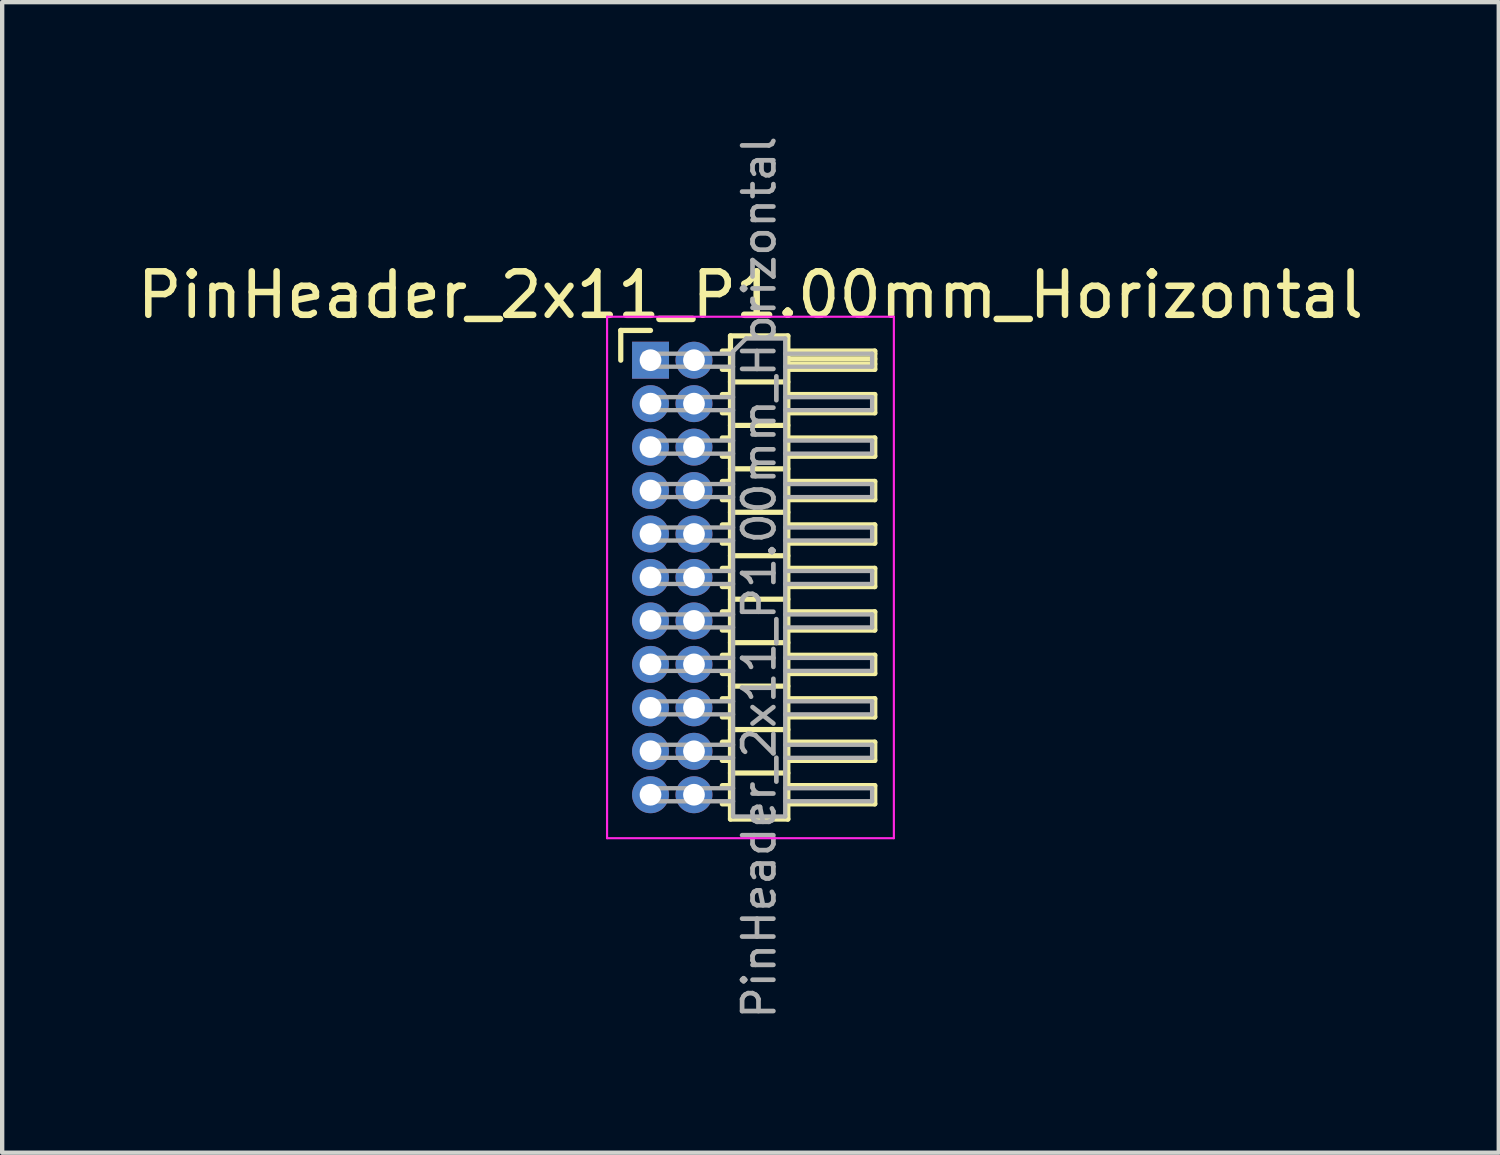
<source format=kicad_pcb>
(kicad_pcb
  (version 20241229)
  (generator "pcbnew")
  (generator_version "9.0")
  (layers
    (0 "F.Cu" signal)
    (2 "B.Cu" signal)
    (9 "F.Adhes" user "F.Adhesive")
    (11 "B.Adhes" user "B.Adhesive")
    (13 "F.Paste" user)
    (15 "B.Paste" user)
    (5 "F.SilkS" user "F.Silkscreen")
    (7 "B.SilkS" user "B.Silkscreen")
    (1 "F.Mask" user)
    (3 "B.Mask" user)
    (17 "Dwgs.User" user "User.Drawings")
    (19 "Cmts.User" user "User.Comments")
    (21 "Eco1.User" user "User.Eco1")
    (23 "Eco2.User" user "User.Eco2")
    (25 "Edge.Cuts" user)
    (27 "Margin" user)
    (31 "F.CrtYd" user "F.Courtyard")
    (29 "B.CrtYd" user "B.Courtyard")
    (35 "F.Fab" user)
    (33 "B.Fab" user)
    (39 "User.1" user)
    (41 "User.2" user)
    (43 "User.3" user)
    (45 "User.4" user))
  (footprint "PinHeader_2x11_P1.00mm_Horizontal"
    (layer "F.Cu")
    (at 11.92 5.239)
    (property "Reference" "PinHeader_2x11_P1.00mm_Horizontal" (at 2.3 -1.5 0) (layer "F.SilkS") (effects (font (size 1 1) (thickness 0.15))))
    (attr through_hole)
    (fp_line (start -0.685 -0.685) (end 0 -0.685) (stroke (width 0.12) (type solid)) (layer "F.SilkS"))
    (fp_line (start -0.685 0) (end -0.685 -0.685) (stroke (width 0.12) (type solid)) (layer "F.SilkS"))
    (fp_line (start 1.652 -0.21) (end 1.84 -0.21) (stroke (width 0.12) (type solid)) (layer "F.SilkS"))
    (fp_line (start 1.652 0.21) (end 1.84 0.21) (stroke (width 0.12) (type solid)) (layer "F.SilkS"))
    (fp_line (start 1.652 0.79) (end 1.84 0.79) (stroke (width 0.12) (type solid)) (layer "F.SilkS"))
    (fp_line (start 1.652 1.21) (end 1.84 1.21) (stroke (width 0.12) (type solid)) (layer "F.SilkS"))
    (fp_line (start 1.652 1.79) (end 1.84 1.79) (stroke (width 0.12) (type solid)) (layer "F.SilkS"))
    (fp_line (start 1.652 2.21) (end 1.84 2.21) (stroke (width 0.12) (type solid)) (layer "F.SilkS"))
    (fp_line (start 1.652 2.79) (end 1.84 2.79) (stroke (width 0.12) (type solid)) (layer "F.SilkS"))
    (fp_line (start 1.652 3.21) (end 1.84 3.21) (stroke (width 0.12) (type solid)) (layer "F.SilkS"))
    (fp_line (start 1.652 3.79) (end 1.84 3.79) (stroke (width 0.12) (type solid)) (layer "F.SilkS"))
    (fp_line (start 1.652 4.21) (end 1.84 4.21) (stroke (width 0.12) (type solid)) (layer "F.SilkS"))
    (fp_line (start 1.652 4.79) (end 1.84 4.79) (stroke (width 0.12) (type solid)) (layer "F.SilkS"))
    (fp_line (start 1.652 5.21) (end 1.84 5.21) (stroke (width 0.12) (type solid)) (layer "F.SilkS"))
    (fp_line (start 1.652 5.79) (end 1.84 5.79) (stroke (width 0.12) (type solid)) (layer "F.SilkS"))
    (fp_line (start 1.652 6.21) (end 1.84 6.21) (stroke (width 0.12) (type solid)) (layer "F.SilkS"))
    (fp_line (start 1.652 6.79) (end 1.84 6.79) (stroke (width 0.12) (type solid)) (layer "F.SilkS"))
    (fp_line (start 1.652 7.21) (end 1.84 7.21) (stroke (width 0.12) (type solid)) (layer "F.SilkS"))
    (fp_line (start 1.652 7.79) (end 1.84 7.79) (stroke (width 0.12) (type solid)) (layer "F.SilkS"))
    (fp_line (start 1.652 8.21) (end 1.84 8.21) (stroke (width 0.12) (type solid)) (layer "F.SilkS"))
    (fp_line (start 1.652 8.79) (end 1.84 8.79) (stroke (width 0.12) (type solid)) (layer "F.SilkS"))
    (fp_line (start 1.652 9.21) (end 1.84 9.21) (stroke (width 0.12) (type solid)) (layer "F.SilkS"))
    (fp_line (start 1.652 9.79) (end 1.84 9.79) (stroke (width 0.12) (type solid)) (layer "F.SilkS"))
    (fp_line (start 1.652 10.21) (end 1.84 10.21) (stroke (width 0.12) (type solid)) (layer "F.SilkS"))
    (fp_line (start 1.84 -0.56) (end 1.84 10.56) (stroke (width 0.12) (type solid)) (layer "F.SilkS"))
    (fp_line (start 1.84 0.5) (end 3.16 0.5) (stroke (width 0.12) (type solid)) (layer "F.SilkS"))
    (fp_line (start 1.84 1.5) (end 3.16 1.5) (stroke (width 0.12) (type solid)) (layer "F.SilkS"))
    (fp_line (start 1.84 2.5) (end 3.16 2.5) (stroke (width 0.12) (type solid)) (layer "F.SilkS"))
    (fp_line (start 1.84 3.5) (end 3.16 3.5) (stroke (width 0.12) (type solid)) (layer "F.SilkS"))
    (fp_line (start 1.84 4.5) (end 3.16 4.5) (stroke (width 0.12) (type solid)) (layer "F.SilkS"))
    (fp_line (start 1.84 5.5) (end 3.16 5.5) (stroke (width 0.12) (type solid)) (layer "F.SilkS"))
    (fp_line (start 1.84 6.5) (end 3.16 6.5) (stroke (width 0.12) (type solid)) (layer "F.SilkS"))
    (fp_line (start 1.84 7.5) (end 3.16 7.5) (stroke (width 0.12) (type solid)) (layer "F.SilkS"))
    (fp_line (start 1.84 8.5) (end 3.16 8.5) (stroke (width 0.12) (type solid)) (layer "F.SilkS"))
    (fp_line (start 1.84 9.5) (end 3.16 9.5) (stroke (width 0.12) (type solid)) (layer "F.SilkS"))
    (fp_line (start 1.84 10.56) (end 3.16 10.56) (stroke (width 0.12) (type solid)) (layer "F.SilkS"))
    (fp_line (start 3.16 -0.56) (end 1.84 -0.56) (stroke (width 0.12) (type solid)) (layer "F.SilkS"))
    (fp_line (start 3.16 -0.21) (end 5.16 -0.21) (stroke (width 0.12) (type solid)) (layer "F.SilkS"))
    (fp_line (start 3.16 -0.15) (end 5.16 -0.15) (stroke (width 0.12) (type solid)) (layer "F.SilkS"))
    (fp_line (start 3.16 -0.03) (end 5.16 -0.03) (stroke (width 0.12) (type solid)) (layer "F.SilkS"))
    (fp_line (start 3.16 0.09) (end 5.16 0.09) (stroke (width 0.12) (type solid)) (layer "F.SilkS"))
    (fp_line (start 3.16 0.79) (end 5.16 0.79) (stroke (width 0.12) (type solid)) (layer "F.SilkS"))
    (fp_line (start 3.16 1.79) (end 5.16 1.79) (stroke (width 0.12) (type solid)) (layer "F.SilkS"))
    (fp_line (start 3.16 2.79) (end 5.16 2.79) (stroke (width 0.12) (type solid)) (layer "F.SilkS"))
    (fp_line (start 3.16 3.79) (end 5.16 3.79) (stroke (width 0.12) (type solid)) (layer "F.SilkS"))
    (fp_line (start 3.16 4.79) (end 5.16 4.79) (stroke (width 0.12) (type solid)) (layer "F.SilkS"))
    (fp_line (start 3.16 5.79) (end 5.16 5.79) (stroke (width 0.12) (type solid)) (layer "F.SilkS"))
    (fp_line (start 3.16 6.79) (end 5.16 6.79) (stroke (width 0.12) (type solid)) (layer "F.SilkS"))
    (fp_line (start 3.16 7.79) (end 5.16 7.79) (stroke (width 0.12) (type solid)) (layer "F.SilkS"))
    (fp_line (start 3.16 8.79) (end 5.16 8.79) (stroke (width 0.12) (type solid)) (layer "F.SilkS"))
    (fp_line (start 3.16 9.79) (end 5.16 9.79) (stroke (width 0.12) (type solid)) (layer "F.SilkS"))
    (fp_line (start 3.16 10.56) (end 3.16 -0.56) (stroke (width 0.12) (type solid)) (layer "F.SilkS"))
    (fp_line (start 5.16 -0.21) (end 5.16 0.21) (stroke (width 0.12) (type solid)) (layer "F.SilkS"))
    (fp_line (start 5.16 0.21) (end 3.16 0.21) (stroke (width 0.12) (type solid)) (layer "F.SilkS"))
    (fp_line (start 5.16 0.79) (end 5.16 1.21) (stroke (width 0.12) (type solid)) (layer "F.SilkS"))
    (fp_line (start 5.16 1.21) (end 3.16 1.21) (stroke (width 0.12) (type solid)) (layer "F.SilkS"))
    (fp_line (start 5.16 1.79) (end 5.16 2.21) (stroke (width 0.12) (type solid)) (layer "F.SilkS"))
    (fp_line (start 5.16 2.21) (end 3.16 2.21) (stroke (width 0.12) (type solid)) (layer "F.SilkS"))
    (fp_line (start 5.16 2.79) (end 5.16 3.21) (stroke (width 0.12) (type solid)) (layer "F.SilkS"))
    (fp_line (start 5.16 3.21) (end 3.16 3.21) (stroke (width 0.12) (type solid)) (layer "F.SilkS"))
    (fp_line (start 5.16 3.79) (end 5.16 4.21) (stroke (width 0.12) (type solid)) (layer "F.SilkS"))
    (fp_line (start 5.16 4.21) (end 3.16 4.21) (stroke (width 0.12) (type solid)) (layer "F.SilkS"))
    (fp_line (start 5.16 4.79) (end 5.16 5.21) (stroke (width 0.12) (type solid)) (layer "F.SilkS"))
    (fp_line (start 5.16 5.21) (end 3.16 5.21) (stroke (width 0.12) (type solid)) (layer "F.SilkS"))
    (fp_line (start 5.16 5.79) (end 5.16 6.21) (stroke (width 0.12) (type solid)) (layer "F.SilkS"))
    (fp_line (start 5.16 6.21) (end 3.16 6.21) (stroke (width 0.12) (type solid)) (layer "F.SilkS"))
    (fp_line (start 5.16 6.79) (end 5.16 7.21) (stroke (width 0.12) (type solid)) (layer "F.SilkS"))
    (fp_line (start 5.16 7.21) (end 3.16 7.21) (stroke (width 0.12) (type solid)) (layer "F.SilkS"))
    (fp_line (start 5.16 7.79) (end 5.16 8.21) (stroke (width 0.12) (type solid)) (layer "F.SilkS"))
    (fp_line (start 5.16 8.21) (end 3.16 8.21) (stroke (width 0.12) (type solid)) (layer "F.SilkS"))
    (fp_line (start 5.16 8.79) (end 5.16 9.21) (stroke (width 0.12) (type solid)) (layer "F.SilkS"))
    (fp_line (start 5.16 9.21) (end 3.16 9.21) (stroke (width 0.12) (type solid)) (layer "F.SilkS"))
    (fp_line (start 5.16 9.79) (end 5.16 10.21) (stroke (width 0.12) (type solid)) (layer "F.SilkS"))
    (fp_line (start 5.16 10.21) (end 3.16 10.21) (stroke (width 0.12) (type solid)) (layer "F.SilkS"))
    (fp_line (start -1 -1) (end -1 11) (stroke (width 0.05) (type solid)) (layer "F.CrtYd"))
    (fp_line (start -1 11) (end 5.6 11) (stroke (width 0.05) (type solid)) (layer "F.CrtYd"))
    (fp_line (start 5.6 -1) (end -1 -1) (stroke (width 0.05) (type solid)) (layer "F.CrtYd"))
    (fp_line (start 5.6 11) (end 5.6 -1) (stroke (width 0.05) (type solid)) (layer "F.CrtYd"))
    (fp_line (start -0.15 -0.15) (end -0.15 0.15) (stroke (width 0.1) (type solid)) (layer "F.Fab"))
    (fp_line (start -0.15 -0.15) (end 1.9 -0.15) (stroke (width 0.1) (type solid)) (layer "F.Fab"))
    (fp_line (start -0.15 0.15) (end 1.9 0.15) (stroke (width 0.1) (type solid)) (layer "F.Fab"))
    (fp_line (start -0.15 0.85) (end -0.15 1.15) (stroke (width 0.1) (type solid)) (layer "F.Fab"))
    (fp_line (start -0.15 0.85) (end 1.9 0.85) (stroke (width 0.1) (type solid)) (layer "F.Fab"))
    (fp_line (start -0.15 1.15) (end 1.9 1.15) (stroke (width 0.1) (type solid)) (layer "F.Fab"))
    (fp_line (start -0.15 1.85) (end -0.15 2.15) (stroke (width 0.1) (type solid)) (layer "F.Fab"))
    (fp_line (start -0.15 1.85) (end 1.9 1.85) (stroke (width 0.1) (type solid)) (layer "F.Fab"))
    (fp_line (start -0.15 2.15) (end 1.9 2.15) (stroke (width 0.1) (type solid)) (layer "F.Fab"))
    (fp_line (start -0.15 2.85) (end -0.15 3.15) (stroke (width 0.1) (type solid)) (layer "F.Fab"))
    (fp_line (start -0.15 2.85) (end 1.9 2.85) (stroke (width 0.1) (type solid)) (layer "F.Fab"))
    (fp_line (start -0.15 3.15) (end 1.9 3.15) (stroke (width 0.1) (type solid)) (layer "F.Fab"))
    (fp_line (start -0.15 3.85) (end -0.15 4.15) (stroke (width 0.1) (type solid)) (layer "F.Fab"))
    (fp_line (start -0.15 3.85) (end 1.9 3.85) (stroke (width 0.1) (type solid)) (layer "F.Fab"))
    (fp_line (start -0.15 4.15) (end 1.9 4.15) (stroke (width 0.1) (type solid)) (layer "F.Fab"))
    (fp_line (start -0.15 4.85) (end -0.15 5.15) (stroke (width 0.1) (type solid)) (layer "F.Fab"))
    (fp_line (start -0.15 4.85) (end 1.9 4.85) (stroke (width 0.1) (type solid)) (layer "F.Fab"))
    (fp_line (start -0.15 5.15) (end 1.9 5.15) (stroke (width 0.1) (type solid)) (layer "F.Fab"))
    (fp_line (start -0.15 5.85) (end -0.15 6.15) (stroke (width 0.1) (type solid)) (layer "F.Fab"))
    (fp_line (start -0.15 5.85) (end 1.9 5.85) (stroke (width 0.1) (type solid)) (layer "F.Fab"))
    (fp_line (start -0.15 6.15) (end 1.9 6.15) (stroke (width 0.1) (type solid)) (layer "F.Fab"))
    (fp_line (start -0.15 6.85) (end -0.15 7.15) (stroke (width 0.1) (type solid)) (layer "F.Fab"))
    (fp_line (start -0.15 6.85) (end 1.9 6.85) (stroke (width 0.1) (type solid)) (layer "F.Fab"))
    (fp_line (start -0.15 7.15) (end 1.9 7.15) (stroke (width 0.1) (type solid)) (layer "F.Fab"))
    (fp_line (start -0.15 7.85) (end -0.15 8.15) (stroke (width 0.1) (type solid)) (layer "F.Fab"))
    (fp_line (start -0.15 7.85) (end 1.9 7.85) (stroke (width 0.1) (type solid)) (layer "F.Fab"))
    (fp_line (start -0.15 8.15) (end 1.9 8.15) (stroke (width 0.1) (type solid)) (layer "F.Fab"))
    (fp_line (start -0.15 8.85) (end -0.15 9.15) (stroke (width 0.1) (type solid)) (layer "F.Fab"))
    (fp_line (start -0.15 8.85) (end 1.9 8.85) (stroke (width 0.1) (type solid)) (layer "F.Fab"))
    (fp_line (start -0.15 9.15) (end 1.9 9.15) (stroke (width 0.1) (type solid)) (layer "F.Fab"))
    (fp_line (start -0.15 9.85) (end -0.15 10.15) (stroke (width 0.1) (type solid)) (layer "F.Fab"))
    (fp_line (start -0.15 9.85) (end 1.9 9.85) (stroke (width 0.1) (type solid)) (layer "F.Fab"))
    (fp_line (start -0.15 10.15) (end 1.9 10.15) (stroke (width 0.1) (type solid)) (layer "F.Fab"))
    (fp_line (start 1.9 -0.2) (end 2.2 -0.5) (stroke (width 0.1) (type solid)) (layer "F.Fab"))
    (fp_line (start 1.9 10.5) (end 1.9 -0.2) (stroke (width 0.1) (type solid)) (layer "F.Fab"))
    (fp_line (start 2.2 -0.5) (end 3.1 -0.5) (stroke (width 0.1) (type solid)) (layer "F.Fab"))
    (fp_line (start 3.1 -0.5) (end 3.1 10.5) (stroke (width 0.1) (type solid)) (layer "F.Fab"))
    (fp_line (start 3.1 -0.15) (end 5.1 -0.15) (stroke (width 0.1) (type solid)) (layer "F.Fab"))
    (fp_line (start 3.1 0.15) (end 5.1 0.15) (stroke (width 0.1) (type solid)) (layer "F.Fab"))
    (fp_line (start 3.1 0.85) (end 5.1 0.85) (stroke (width 0.1) (type solid)) (layer "F.Fab"))
    (fp_line (start 3.1 1.15) (end 5.1 1.15) (stroke (width 0.1) (type solid)) (layer "F.Fab"))
    (fp_line (start 3.1 1.85) (end 5.1 1.85) (stroke (width 0.1) (type solid)) (layer "F.Fab"))
    (fp_line (start 3.1 2.15) (end 5.1 2.15) (stroke (width 0.1) (type solid)) (layer "F.Fab"))
    (fp_line (start 3.1 2.85) (end 5.1 2.85) (stroke (width 0.1) (type solid)) (layer "F.Fab"))
    (fp_line (start 3.1 3.15) (end 5.1 3.15) (stroke (width 0.1) (type solid)) (layer "F.Fab"))
    (fp_line (start 3.1 3.85) (end 5.1 3.85) (stroke (width 0.1) (type solid)) (layer "F.Fab"))
    (fp_line (start 3.1 4.15) (end 5.1 4.15) (stroke (width 0.1) (type solid)) (layer "F.Fab"))
    (fp_line (start 3.1 4.85) (end 5.1 4.85) (stroke (width 0.1) (type solid)) (layer "F.Fab"))
    (fp_line (start 3.1 5.15) (end 5.1 5.15) (stroke (width 0.1) (type solid)) (layer "F.Fab"))
    (fp_line (start 3.1 5.85) (end 5.1 5.85) (stroke (width 0.1) (type solid)) (layer "F.Fab"))
    (fp_line (start 3.1 6.15) (end 5.1 6.15) (stroke (width 0.1) (type solid)) (layer "F.Fab"))
    (fp_line (start 3.1 6.85) (end 5.1 6.85) (stroke (width 0.1) (type solid)) (layer "F.Fab"))
    (fp_line (start 3.1 7.15) (end 5.1 7.15) (stroke (width 0.1) (type solid)) (layer "F.Fab"))
    (fp_line (start 3.1 7.85) (end 5.1 7.85) (stroke (width 0.1) (type solid)) (layer "F.Fab"))
    (fp_line (start 3.1 8.15) (end 5.1 8.15) (stroke (width 0.1) (type solid)) (layer "F.Fab"))
    (fp_line (start 3.1 8.85) (end 5.1 8.85) (stroke (width 0.1) (type solid)) (layer "F.Fab"))
    (fp_line (start 3.1 9.15) (end 5.1 9.15) (stroke (width 0.1) (type solid)) (layer "F.Fab"))
    (fp_line (start 3.1 9.85) (end 5.1 9.85) (stroke (width 0.1) (type solid)) (layer "F.Fab"))
    (fp_line (start 3.1 10.15) (end 5.1 10.15) (stroke (width 0.1) (type solid)) (layer "F.Fab"))
    (fp_line (start 3.1 10.5) (end 1.9 10.5) (stroke (width 0.1) (type solid)) (layer "F.Fab"))
    (fp_line (start 5.1 -0.15) (end 5.1 0.15) (stroke (width 0.1) (type solid)) (layer "F.Fab"))
    (fp_line (start 5.1 0.85) (end 5.1 1.15) (stroke (width 0.1) (type solid)) (layer "F.Fab"))
    (fp_line (start 5.1 1.85) (end 5.1 2.15) (stroke (width 0.1) (type solid)) (layer "F.Fab"))
    (fp_line (start 5.1 2.85) (end 5.1 3.15) (stroke (width 0.1) (type solid)) (layer "F.Fab"))
    (fp_line (start 5.1 3.85) (end 5.1 4.15) (stroke (width 0.1) (type solid)) (layer "F.Fab"))
    (fp_line (start 5.1 4.85) (end 5.1 5.15) (stroke (width 0.1) (type solid)) (layer "F.Fab"))
    (fp_line (start 5.1 5.85) (end 5.1 6.15) (stroke (width 0.1) (type solid)) (layer "F.Fab"))
    (fp_line (start 5.1 6.85) (end 5.1 7.15) (stroke (width 0.1) (type solid)) (layer "F.Fab"))
    (fp_line (start 5.1 7.85) (end 5.1 8.15) (stroke (width 0.1) (type solid)) (layer "F.Fab"))
    (fp_line (start 5.1 8.85) (end 5.1 9.15) (stroke (width 0.1) (type solid)) (layer "F.Fab"))
    (fp_line (start 5.1 9.85) (end 5.1 10.15) (stroke (width 0.1) (type solid)) (layer "F.Fab"))
    (fp_text user "${REFERENCE}" (at 2.5 5 90) (layer "F.Fab") (effects (font (size 0.72 0.72) (thickness 0.108))))
    (pad "1" thru_hole rect (at 0 0) (size 0.85 0.85) (drill 0.5) (layers "*.Cu" "*.Mask"))
    (pad "2" thru_hole oval (at 1 0) (size 0.85 0.85) (drill 0.5) (layers "*.Cu" "*.Mask"))
    (pad "3" thru_hole oval (at 0 1) (size 0.85 0.85) (drill 0.5) (layers "*.Cu" "*.Mask"))
    (pad "4" thru_hole oval (at 1 1) (size 0.85 0.85) (drill 0.5) (layers "*.Cu" "*.Mask"))
    (pad "5" thru_hole oval (at 0 2) (size 0.85 0.85) (drill 0.5) (layers "*.Cu" "*.Mask"))
    (pad "6" thru_hole oval (at 1 2) (size 0.85 0.85) (drill 0.5) (layers "*.Cu" "*.Mask"))
    (pad "7" thru_hole oval (at 0 3) (size 0.85 0.85) (drill 0.5) (layers "*.Cu" "*.Mask"))
    (pad "8" thru_hole oval (at 1 3) (size 0.85 0.85) (drill 0.5) (layers "*.Cu" "*.Mask"))
    (pad "9" thru_hole oval (at 0 4) (size 0.85 0.85) (drill 0.5) (layers "*.Cu" "*.Mask"))
    (pad "10" thru_hole oval (at 1 4) (size 0.85 0.85) (drill 0.5) (layers "*.Cu" "*.Mask"))
    (pad "11" thru_hole oval (at 0 5) (size 0.85 0.85) (drill 0.5) (layers "*.Cu" "*.Mask"))
    (pad "12" thru_hole oval (at 1 5) (size 0.85 0.85) (drill 0.5) (layers "*.Cu" "*.Mask"))
    (pad "13" thru_hole oval (at 0 6) (size 0.85 0.85) (drill 0.5) (layers "*.Cu" "*.Mask"))
    (pad "14" thru_hole oval (at 1 6) (size 0.85 0.85) (drill 0.5) (layers "*.Cu" "*.Mask"))
    (pad "15" thru_hole oval (at 0 7) (size 0.85 0.85) (drill 0.5) (layers "*.Cu" "*.Mask"))
    (pad "16" thru_hole oval (at 1 7) (size 0.85 0.85) (drill 0.5) (layers "*.Cu" "*.Mask"))
    (pad "17" thru_hole oval (at 0 8) (size 0.85 0.85) (drill 0.5) (layers "*.Cu" "*.Mask"))
    (pad "18" thru_hole oval (at 1 8) (size 0.85 0.85) (drill 0.5) (layers "*.Cu" "*.Mask"))
    (pad "19" thru_hole oval (at 0 9) (size 0.85 0.85) (drill 0.5) (layers "*.Cu" "*.Mask"))
    (pad "20" thru_hole oval (at 1 9) (size 0.85 0.85) (drill 0.5) (layers "*.Cu" "*.Mask"))
    (pad "21" thru_hole oval (at 0 10) (size 0.85 0.85) (drill 0.5) (layers "*.Cu" "*.Mask"))
    (pad "22" thru_hole oval (at 1 10) (size 0.85 0.85) (drill 0.5) (layers "*.Cu" "*.Mask")))
  (gr_rect
    (start -3 -3)
    (end 31.44 23.477)
    (stroke (width 0.1) (type default))
    (fill no)
    (layer "Edge.Cuts")))
</source>
